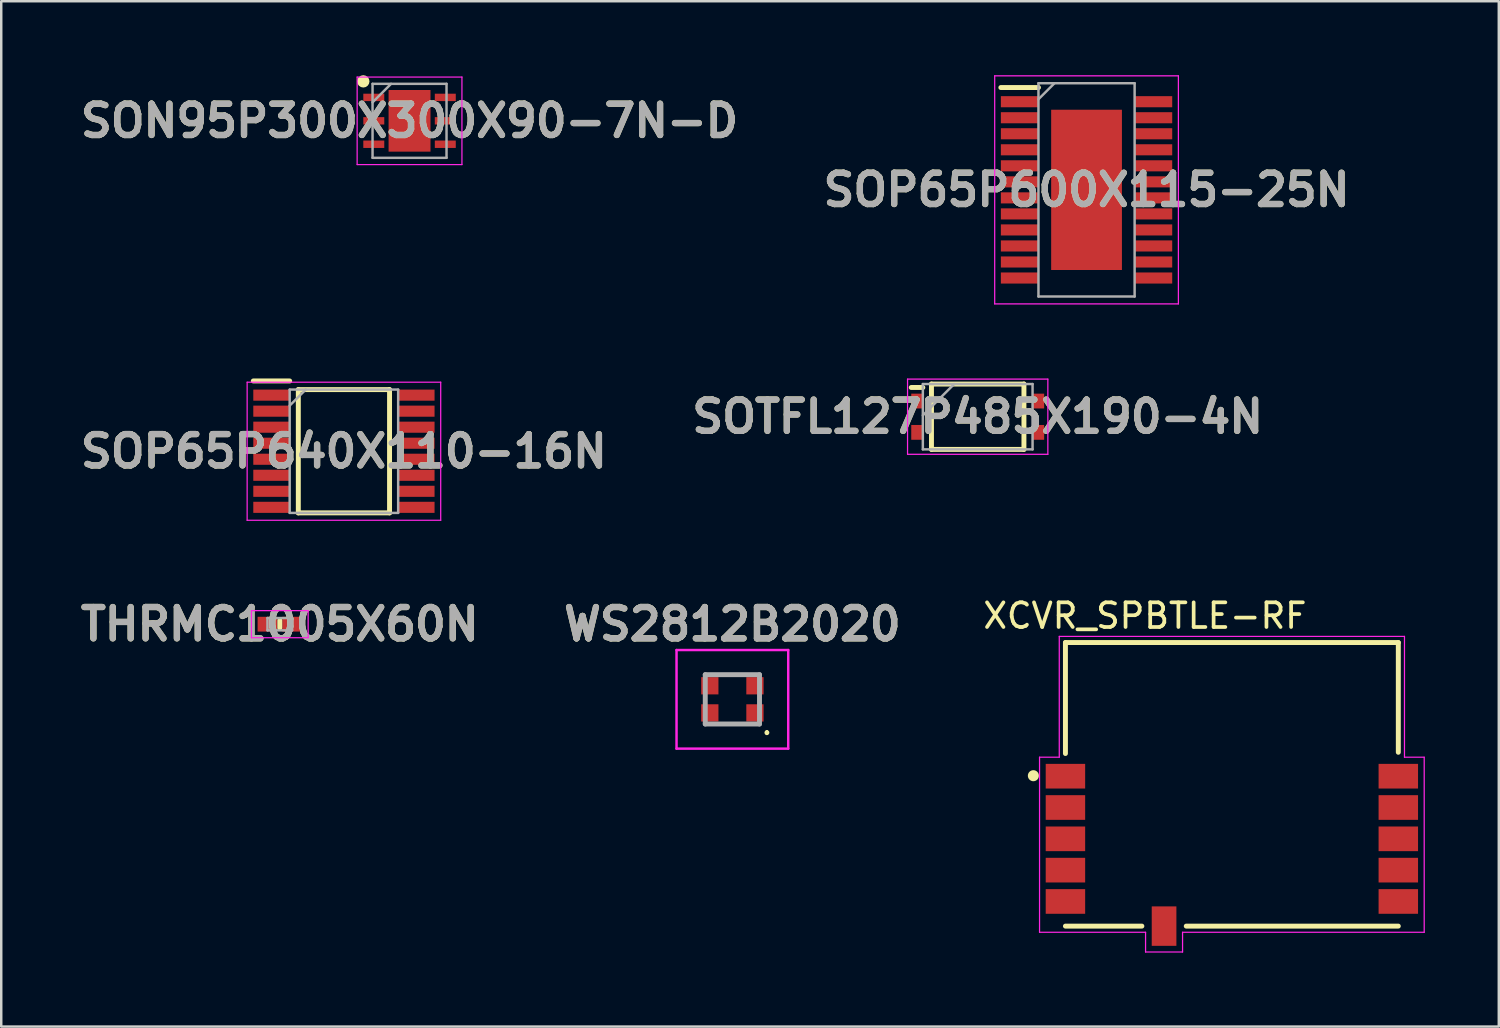
<source format=kicad_pcb>
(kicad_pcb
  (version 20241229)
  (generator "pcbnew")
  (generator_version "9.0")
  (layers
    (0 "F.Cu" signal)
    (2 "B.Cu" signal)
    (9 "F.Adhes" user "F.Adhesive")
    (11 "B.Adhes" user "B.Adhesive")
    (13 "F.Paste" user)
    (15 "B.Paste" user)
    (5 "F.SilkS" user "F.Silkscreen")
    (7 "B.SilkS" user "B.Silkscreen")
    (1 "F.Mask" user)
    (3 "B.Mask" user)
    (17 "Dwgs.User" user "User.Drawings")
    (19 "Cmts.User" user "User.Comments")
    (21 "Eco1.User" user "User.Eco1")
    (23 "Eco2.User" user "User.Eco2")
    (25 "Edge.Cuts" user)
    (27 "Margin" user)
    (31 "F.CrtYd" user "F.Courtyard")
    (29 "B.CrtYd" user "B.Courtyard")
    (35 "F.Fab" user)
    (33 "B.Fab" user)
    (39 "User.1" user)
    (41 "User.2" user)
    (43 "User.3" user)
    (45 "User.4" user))
  (footprint "WS2812B2020"
    (layer "F.Cu")
    (at 26.652 25.312)
    (property "Reference" "WS2812B2020" (at 0 -3.048 0) (layer "F.SilkS") (effects (font (size 1.27 1.27) (thickness 0.254))))
    (attr smd)
    (fp_line (start 1.4 1.3) (end 1.4 1.3) (stroke (width 0.1) (type solid)) (layer "F.SilkS"))
    (fp_line (start 1.4 1.4) (end 1.4 1.4) (stroke (width 0.1) (type solid)) (layer "F.SilkS"))
    (fp_arc (start 1.4 1.3) (mid 1.45 1.35) (end 1.4 1.4) (stroke (width 0.1) (type solid)) (layer "F.SilkS"))
    (fp_arc (start 1.4 1.4) (mid 1.35 1.35) (end 1.4 1.3) (stroke (width 0.1) (type solid)) (layer "F.SilkS"))
    (fp_line (start -2.265 -2) (end 2.265 -2) (stroke (width 0.1) (type solid)) (layer "F.CrtYd"))
    (fp_line (start -2.265 2) (end -2.265 -2) (stroke (width 0.1) (type solid)) (layer "F.CrtYd"))
    (fp_line (start 2.265 -2) (end 2.265 2) (stroke (width 0.1) (type solid)) (layer "F.CrtYd"))
    (fp_line (start 2.265 2) (end -2.265 2) (stroke (width 0.1) (type solid)) (layer "F.CrtYd"))
    (fp_line (start -1.1 -1) (end 1.1 -1) (stroke (width 0.2) (type solid)) (layer "F.Fab"))
    (fp_line (start -1.1 1) (end -1.1 -1) (stroke (width 0.2) (type solid)) (layer "F.Fab"))
    (fp_line (start 1.1 -1) (end 1.1 1) (stroke (width 0.2) (type solid)) (layer "F.Fab"))
    (fp_line (start 1.1 1) (end -1.1 1) (stroke (width 0.2) (type solid)) (layer "F.Fab"))
    (fp_text user "${REFERENCE}" (at 0 -3.048 0) (layer "F.Fab") (effects (font (size 1.27 1.27) (thickness 0.254))))
    (pad "1" smd rect (at 0.915 0.55 90) (size 0.7 0.7) (layers "F.Cu" "F.Mask" "F.Paste"))
    (pad "2" smd rect (at 0.915 -0.55 90) (size 0.7 0.7) (layers "F.Cu" "F.Mask" "F.Paste"))
    (pad "3" smd rect (at -0.915 -0.55 90) (size 0.7 0.7) (layers "F.Cu" "F.Mask" "F.Paste"))
    (pad "4" smd rect (at -0.915 0.55 90) (size 0.7 0.7) (layers "F.Cu" "F.Mask" "F.Paste")))
  (footprint "SON95P300X300X90-7N-D"
    (layer "F.Cu")
    (at 13.559 1.85)
    (property "Reference" "SON95P300X300X90-7N-D" (at 0 0 0) (layer "F.SilkS") (effects (font (size 1.27 1.27) (thickness 0.254))))
    (attr smd)
    (fp_circle (center -1.875 -1.6) (end -1.875 -1.475) (stroke (width 0.25) (type solid)) (fill no) (layer "F.SilkS"))
    (fp_line (start -2.125 -1.775) (end 2.125 -1.775) (stroke (width 0.05) (type solid)) (layer "F.CrtYd"))
    (fp_line (start -2.125 1.775) (end -2.125 -1.775) (stroke (width 0.05) (type solid)) (layer "F.CrtYd"))
    (fp_line (start 2.125 -1.775) (end 2.125 1.775) (stroke (width 0.05) (type solid)) (layer "F.CrtYd"))
    (fp_line (start 2.125 1.775) (end -2.125 1.775) (stroke (width 0.05) (type solid)) (layer "F.CrtYd"))
    (fp_line (start -1.5 -1.5) (end 1.5 -1.5) (stroke (width 0.1) (type solid)) (layer "F.Fab"))
    (fp_line (start -1.5 -0.75) (end -0.75 -1.5) (stroke (width 0.1) (type solid)) (layer "F.Fab"))
    (fp_line (start -1.5 1.5) (end -1.5 -1.5) (stroke (width 0.1) (type solid)) (layer "F.Fab"))
    (fp_line (start 1.5 -1.5) (end 1.5 1.5) (stroke (width 0.1) (type solid)) (layer "F.Fab"))
    (fp_line (start 1.5 1.5) (end -1.5 1.5) (stroke (width 0.1) (type solid)) (layer "F.Fab"))
    (fp_text user "${REFERENCE}" (at 0 0 0) (layer "F.Fab") (effects (font (size 1.27 1.27) (thickness 0.254))))
    (pad "1" smd rect (at -1.45 -0.95 90) (size 0.3 0.85) (layers "F.Cu" "F.Mask" "F.Paste"))
    (pad "2" smd rect (at -1.45 0 90) (size 0.3 0.85) (layers "F.Cu" "F.Mask" "F.Paste"))
    (pad "3" smd rect (at -1.45 0.95 90) (size 0.3 0.85) (layers "F.Cu" "F.Mask" "F.Paste"))
    (pad "4" smd rect (at 1.45 0.95 90) (size 0.3 0.85) (layers "F.Cu" "F.Mask" "F.Paste"))
    (pad "5" smd rect (at 1.45 0 90) (size 0.3 0.85) (layers "F.Cu" "F.Mask" "F.Paste"))
    (pad "6" smd rect (at 1.45 -0.95 90) (size 0.3 0.85) (layers "F.Cu" "F.Mask" "F.Paste"))
    (pad "7" smd rect (at 0 0) (size 1.7 2.5) (layers "F.Cu" "F.Mask" "F.Paste")))
  (footprint "SOP65P640X110-16N"
    (layer "F.Cu")
    (at 10.898 15.25)
    (property "Reference" "SOP65P640X110-16N" (at 0 0 0) (layer "F.SilkS") (effects (font (size 1.27 1.27) (thickness 0.254))))
    (attr smd)
    (fp_line (start -3.675 -2.85) (end -2.2 -2.85) (stroke (width 0.2) (type solid)) (layer "F.SilkS"))
    (fp_line (start -1.85 -2.5) (end 1.85 -2.5) (stroke (width 0.2) (type solid)) (layer "F.SilkS"))
    (fp_line (start -1.85 2.5) (end -1.85 -2.5) (stroke (width 0.2) (type solid)) (layer "F.SilkS"))
    (fp_line (start 1.85 -2.5) (end 1.85 2.5) (stroke (width 0.2) (type solid)) (layer "F.SilkS"))
    (fp_line (start 1.85 2.5) (end -1.85 2.5) (stroke (width 0.2) (type solid)) (layer "F.SilkS"))
    (fp_line (start -3.925 -2.8) (end 3.925 -2.8) (stroke (width 0.05) (type solid)) (layer "F.CrtYd"))
    (fp_line (start -3.925 2.8) (end -3.925 -2.8) (stroke (width 0.05) (type solid)) (layer "F.CrtYd"))
    (fp_line (start 3.925 -2.8) (end 3.925 2.8) (stroke (width 0.05) (type solid)) (layer "F.CrtYd"))
    (fp_line (start 3.925 2.8) (end -3.925 2.8) (stroke (width 0.05) (type solid)) (layer "F.CrtYd"))
    (fp_line (start -2.2 -2.5) (end 2.2 -2.5) (stroke (width 0.1) (type solid)) (layer "F.Fab"))
    (fp_line (start -2.2 -1.85) (end -1.55 -2.5) (stroke (width 0.1) (type solid)) (layer "F.Fab"))
    (fp_line (start -2.2 2.5) (end -2.2 -2.5) (stroke (width 0.1) (type solid)) (layer "F.Fab"))
    (fp_line (start 2.2 -2.5) (end 2.2 2.5) (stroke (width 0.1) (type solid)) (layer "F.Fab"))
    (fp_line (start 2.2 2.5) (end -2.2 2.5) (stroke (width 0.1) (type solid)) (layer "F.Fab"))
    (fp_text user "${REFERENCE}" (at 0 0 0) (layer "F.Fab") (effects (font (size 1.27 1.27) (thickness 0.254))))
    (pad "1" smd rect (at -2.938 -2.275 90) (size 0.45 1.475) (layers "F.Cu" "F.Mask" "F.Paste"))
    (pad "2" smd rect (at -2.938 -1.625 90) (size 0.45 1.475) (layers "F.Cu" "F.Mask" "F.Paste"))
    (pad "3" smd rect (at -2.938 -0.975 90) (size 0.45 1.475) (layers "F.Cu" "F.Mask" "F.Paste"))
    (pad "4" smd rect (at -2.938 -0.325 90) (size 0.45 1.475) (layers "F.Cu" "F.Mask" "F.Paste"))
    (pad "5" smd rect (at -2.938 0.325 90) (size 0.45 1.475) (layers "F.Cu" "F.Mask" "F.Paste"))
    (pad "6" smd rect (at -2.938 0.975 90) (size 0.45 1.475) (layers "F.Cu" "F.Mask" "F.Paste"))
    (pad "7" smd rect (at -2.938 1.625 90) (size 0.45 1.475) (layers "F.Cu" "F.Mask" "F.Paste"))
    (pad "8" smd rect (at -2.938 2.275 90) (size 0.45 1.475) (layers "F.Cu" "F.Mask" "F.Paste"))
    (pad "9" smd rect (at 2.938 2.275 90) (size 0.45 1.475) (layers "F.Cu" "F.Mask" "F.Paste"))
    (pad "10" smd rect (at 2.938 1.625 90) (size 0.45 1.475) (layers "F.Cu" "F.Mask" "F.Paste"))
    (pad "11" smd rect (at 2.938 0.975 90) (size 0.45 1.475) (layers "F.Cu" "F.Mask" "F.Paste"))
    (pad "12" smd rect (at 2.938 0.325 90) (size 0.45 1.475) (layers "F.Cu" "F.Mask" "F.Paste"))
    (pad "13" smd rect (at 2.938 -0.325 90) (size 0.45 1.475) (layers "F.Cu" "F.Mask" "F.Paste"))
    (pad "14" smd rect (at 2.938 -0.975 90) (size 0.45 1.475) (layers "F.Cu" "F.Mask" "F.Paste"))
    (pad "15" smd rect (at 2.938 -1.625 90) (size 0.45 1.475) (layers "F.Cu" "F.Mask" "F.Paste"))
    (pad "16" smd rect (at 2.938 -2.275 90) (size 0.45 1.475) (layers "F.Cu" "F.Mask" "F.Paste")))
  (footprint "XCVR_SPBTLE-RF"
    (layer "F.Cu")
    (at 46.909 28.759)
    (property "Reference" "XCVR_SPBTLE-RF" (at -3.526 -6.836 0) (layer "F.SilkS") (effects (font (size 1 1) (thickness 0.15))))
    (attr smd)
    (fp_line (start -6.75 -5.75) (end 6.75 -5.75) (stroke (width 0.2) (type solid)) (layer "F.SilkS"))
    (fp_line (start -6.75 -1.25) (end -6.75 -5.75) (stroke (width 0.2) (type solid)) (layer "F.SilkS"))
    (fp_line (start -3.65 5.75) (end -6.75 5.75) (stroke (width 0.2) (type solid)) (layer "F.SilkS"))
    (fp_line (start 6.75 -5.75) (end 6.75 -1.3) (stroke (width 0.2) (type solid)) (layer "F.SilkS"))
    (fp_line (start 6.75 5.75) (end -1.85 5.75) (stroke (width 0.2) (type solid)) (layer "F.SilkS"))
    (fp_circle (center -8.05 -0.35) (end -7.826 -0.35) (stroke (width 0) (type solid)) (fill yes) (layer "F.SilkS"))
    (fp_line (start -7.8 -1.1) (end -7 -1.1) (stroke (width 0.05) (type solid)) (layer "F.CrtYd"))
    (fp_line (start -7.8 6) (end -7.8 -1.1) (stroke (width 0.05) (type solid)) (layer "F.CrtYd"))
    (fp_line (start -7 -6) (end 7 -6) (stroke (width 0.05) (type solid)) (layer "F.CrtYd"))
    (fp_line (start -7 -1.1) (end -7 -6) (stroke (width 0.05) (type solid)) (layer "F.CrtYd"))
    (fp_line (start -3.5 6) (end -7.8 6) (stroke (width 0.05) (type solid)) (layer "F.CrtYd"))
    (fp_line (start -3.5 6.8) (end -3.5 6) (stroke (width 0.05) (type solid)) (layer "F.CrtYd"))
    (fp_line (start -2 6) (end -2 6.8) (stroke (width 0.05) (type solid)) (layer "F.CrtYd"))
    (fp_line (start -2 6.8) (end -3.5 6.8) (stroke (width 0.05) (type solid)) (layer "F.CrtYd"))
    (fp_line (start 7 -6) (end 7 -1.1) (stroke (width 0.05) (type solid)) (layer "F.CrtYd"))
    (fp_line (start 7 -1.1) (end 7.8 -1.1) (stroke (width 0.05) (type solid)) (layer "F.CrtYd"))
    (fp_line (start 7.8 -1.1) (end 7.8 6) (stroke (width 0.05) (type solid)) (layer "F.CrtYd"))
    (fp_line (start 7.8 6) (end -2 6) (stroke (width 0.05) (type solid)) (layer "F.CrtYd"))
    (pad "1" smd rect (at -6.75 -0.33) (size 1.6 1) (layers "F.Cu" "F.Mask" "F.Paste"))
    (pad "2" smd rect (at -6.75 0.94) (size 1.6 1) (layers "F.Cu" "F.Mask" "F.Paste"))
    (pad "3" smd rect (at -6.75 2.21) (size 1.6 1) (layers "F.Cu" "F.Mask" "F.Paste"))
    (pad "4" smd rect (at -6.75 3.48) (size 1.6 1) (layers "F.Cu" "F.Mask" "F.Paste"))
    (pad "5" smd rect (at -6.75 4.75) (size 1.6 1) (layers "F.Cu" "F.Mask" "F.Paste"))
    (pad "6" smd rect (at -2.75 5.75 90) (size 1.6 1) (layers "F.Cu" "F.Mask" "F.Paste"))
    (pad "7" smd rect (at 6.75 4.75) (size 1.6 1) (layers "F.Cu" "F.Mask" "F.Paste"))
    (pad "8" smd rect (at 6.75 3.48) (size 1.6 1) (layers "F.Cu" "F.Mask" "F.Paste"))
    (pad "9" smd rect (at 6.75 2.21) (size 1.6 1) (layers "F.Cu" "F.Mask" "F.Paste"))
    (pad "10" smd rect (at 6.75 0.94) (size 1.6 1) (layers "F.Cu" "F.Mask" "F.Paste"))
    (pad "11" smd rect (at 6.75 -0.33) (size 1.6 1) (layers "F.Cu" "F.Mask" "F.Paste")))
  (footprint "SOP65P600X115-25N"
    (layer "F.Cu")
    (at 41.015 4.65)
    (property "Reference" "SOP65P600X115-25N" (at 0 0 0) (layer "F.SilkS") (effects (font (size 1.27 1.27) (thickness 0.254))))
    (attr smd)
    (fp_line (start -3.475 -4.15) (end -1.95 -4.15) (stroke (width 0.2) (type solid)) (layer "F.SilkS"))
    (fp_line (start -3.725 -4.625) (end 3.725 -4.625) (stroke (width 0.05) (type solid)) (layer "F.CrtYd"))
    (fp_line (start -3.725 4.625) (end -3.725 -4.625) (stroke (width 0.05) (type solid)) (layer "F.CrtYd"))
    (fp_line (start 3.725 -4.625) (end 3.725 4.625) (stroke (width 0.05) (type solid)) (layer "F.CrtYd"))
    (fp_line (start 3.725 4.625) (end -3.725 4.625) (stroke (width 0.05) (type solid)) (layer "F.CrtYd"))
    (fp_line (start -1.95 -4.325) (end 1.95 -4.325) (stroke (width 0.1) (type solid)) (layer "F.Fab"))
    (fp_line (start -1.95 -3.675) (end -1.3 -4.325) (stroke (width 0.1) (type solid)) (layer "F.Fab"))
    (fp_line (start -1.95 4.325) (end -1.95 -4.325) (stroke (width 0.1) (type solid)) (layer "F.Fab"))
    (fp_line (start 1.95 -4.325) (end 1.95 4.325) (stroke (width 0.1) (type solid)) (layer "F.Fab"))
    (fp_line (start 1.95 4.325) (end -1.95 4.325) (stroke (width 0.1) (type solid)) (layer "F.Fab"))
    (fp_text user "${REFERENCE}" (at 0 0 0) (layer "F.Fab") (effects (font (size 1.27 1.27) (thickness 0.254))))
    (pad "1" smd rect (at -2.712 -3.575 90) (size 0.45 1.525) (layers "F.Cu" "F.Mask" "F.Paste"))
    (pad "2" smd rect (at -2.712 -2.925 90) (size 0.45 1.525) (layers "F.Cu" "F.Mask" "F.Paste"))
    (pad "3" smd rect (at -2.712 -2.275 90) (size 0.45 1.525) (layers "F.Cu" "F.Mask" "F.Paste"))
    (pad "4" smd rect (at -2.712 -1.625 90) (size 0.45 1.525) (layers "F.Cu" "F.Mask" "F.Paste"))
    (pad "5" smd rect (at -2.712 -0.975 90) (size 0.45 1.525) (layers "F.Cu" "F.Mask" "F.Paste"))
    (pad "6" smd rect (at -2.712 -0.325 90) (size 0.45 1.525) (layers "F.Cu" "F.Mask" "F.Paste"))
    (pad "7" smd rect (at -2.712 0.325 90) (size 0.45 1.525) (layers "F.Cu" "F.Mask" "F.Paste"))
    (pad "8" smd rect (at -2.712 0.975 90) (size 0.45 1.525) (layers "F.Cu" "F.Mask" "F.Paste"))
    (pad "9" smd rect (at -2.712 1.625 90) (size 0.45 1.525) (layers "F.Cu" "F.Mask" "F.Paste"))
    (pad "10" smd rect (at -2.712 2.275 90) (size 0.45 1.525) (layers "F.Cu" "F.Mask" "F.Paste"))
    (pad "11" smd rect (at -2.712 2.925 90) (size 0.45 1.525) (layers "F.Cu" "F.Mask" "F.Paste"))
    (pad "12" smd rect (at -2.712 3.575 90) (size 0.45 1.525) (layers "F.Cu" "F.Mask" "F.Paste"))
    (pad "13" smd rect (at 2.712 3.575 90) (size 0.45 1.525) (layers "F.Cu" "F.Mask" "F.Paste"))
    (pad "14" smd rect (at 2.712 2.925 90) (size 0.45 1.525) (layers "F.Cu" "F.Mask" "F.Paste"))
    (pad "15" smd rect (at 2.712 2.275 90) (size 0.45 1.525) (layers "F.Cu" "F.Mask" "F.Paste"))
    (pad "16" smd rect (at 2.712 1.625 90) (size 0.45 1.525) (layers "F.Cu" "F.Mask" "F.Paste"))
    (pad "17" smd rect (at 2.712 0.975 90) (size 0.45 1.525) (layers "F.Cu" "F.Mask" "F.Paste"))
    (pad "18" smd rect (at 2.712 0.325 90) (size 0.45 1.525) (layers "F.Cu" "F.Mask" "F.Paste"))
    (pad "19" smd rect (at 2.712 -0.325 90) (size 0.45 1.525) (layers "F.Cu" "F.Mask" "F.Paste"))
    (pad "20" smd rect (at 2.712 -0.975 90) (size 0.45 1.525) (layers "F.Cu" "F.Mask" "F.Paste"))
    (pad "21" smd rect (at 2.712 -1.625 90) (size 0.45 1.525) (layers "F.Cu" "F.Mask" "F.Paste"))
    (pad "22" smd rect (at 2.712 -2.275 90) (size 0.45 1.525) (layers "F.Cu" "F.Mask" "F.Paste"))
    (pad "23" smd rect (at 2.712 -2.925 90) (size 0.45 1.525) (layers "F.Cu" "F.Mask" "F.Paste"))
    (pad "24" smd rect (at 2.712 -3.575 90) (size 0.45 1.525) (layers "F.Cu" "F.Mask" "F.Paste"))
    (pad "25" smd rect (at 0 0) (size 2.87 6.5) (layers "F.Cu" "F.Mask" "F.Paste")))
  (footprint "THRMC1005X60N"
    (layer "F.Cu")
    (at 8.297 22.264)
    (property "Reference" "THRMC1005X60N" (at 0 0 0) (layer "F.SilkS") (effects (font (size 1.27 1.27) (thickness 0.254))))
    (attr smd)
    (fp_line (start 0 -0.15) (end 0 0.15) (stroke (width 0.2) (type solid)) (layer "F.SilkS"))
    (fp_line (start -1.15 -0.55) (end 1.15 -0.55) (stroke (width 0.05) (type solid)) (layer "F.CrtYd"))
    (fp_line (start -1.15 0.55) (end -1.15 -0.55) (stroke (width 0.05) (type solid)) (layer "F.CrtYd"))
    (fp_line (start 1.15 -0.55) (end 1.15 0.55) (stroke (width 0.05) (type solid)) (layer "F.CrtYd"))
    (fp_line (start 1.15 0.55) (end -1.15 0.55) (stroke (width 0.05) (type solid)) (layer "F.CrtYd"))
    (fp_line (start -0.5 -0.25) (end 0.5 -0.25) (stroke (width 0.1) (type solid)) (layer "F.Fab"))
    (fp_line (start -0.5 0.25) (end -0.5 -0.25) (stroke (width 0.1) (type solid)) (layer "F.Fab"))
    (fp_line (start 0.5 -0.25) (end 0.5 0.25) (stroke (width 0.1) (type solid)) (layer "F.Fab"))
    (fp_line (start 0.5 0.25) (end -0.5 0.25) (stroke (width 0.1) (type solid)) (layer "F.Fab"))
    (fp_text user "${REFERENCE}" (at 0 0 0) (layer "F.Fab") (effects (font (size 1.27 1.27) (thickness 0.254))))
    (pad "1" smd rect (at -0.5 0 90) (size 0.6 0.8) (layers "F.Cu" "F.Mask" "F.Paste"))
    (pad "2" smd rect (at 0.5 0 90) (size 0.6 0.8) (layers "F.Cu" "F.Mask" "F.Paste")))
  (footprint "SOTFL127P485X190-4N"
    (layer "F.Cu")
    (at 36.601 13.85)
    (property "Reference" "SOTFL127P485X190-4N" (at 0 0 0) (layer "F.SilkS") (effects (font (size 1.27 1.27) (thickness 0.254))))
    (attr smd)
    (fp_line (start -2.695 -1.185) (end -2.225 -1.185) (stroke (width 0.2) (type solid)) (layer "F.SilkS"))
    (fp_line (start -1.875 -1.325) (end 1.875 -1.325) (stroke (width 0.2) (type solid)) (layer "F.SilkS"))
    (fp_line (start -1.875 1.325) (end -1.875 -1.325) (stroke (width 0.2) (type solid)) (layer "F.SilkS"))
    (fp_line (start 1.875 -1.325) (end 1.875 1.325) (stroke (width 0.2) (type solid)) (layer "F.SilkS"))
    (fp_line (start 1.875 1.325) (end -1.875 1.325) (stroke (width 0.2) (type solid)) (layer "F.SilkS"))
    (fp_line (start -2.845 -1.525) (end 2.845 -1.525) (stroke (width 0.05) (type solid)) (layer "F.CrtYd"))
    (fp_line (start -2.845 1.525) (end -2.845 -1.525) (stroke (width 0.05) (type solid)) (layer "F.CrtYd"))
    (fp_line (start 2.845 -1.525) (end 2.845 1.525) (stroke (width 0.05) (type solid)) (layer "F.CrtYd"))
    (fp_line (start 2.845 1.525) (end -2.845 1.525) (stroke (width 0.05) (type solid)) (layer "F.CrtYd"))
    (fp_line (start -2.225 -1.325) (end 2.225 -1.325) (stroke (width 0.1) (type solid)) (layer "F.Fab"))
    (fp_line (start -2.225 -0.055) (end -0.955 -1.325) (stroke (width 0.1) (type solid)) (layer "F.Fab"))
    (fp_line (start -2.225 1.325) (end -2.225 -1.325) (stroke (width 0.1) (type solid)) (layer "F.Fab"))
    (fp_line (start 2.225 -1.325) (end 2.225 1.325) (stroke (width 0.1) (type solid)) (layer "F.Fab"))
    (fp_line (start 2.225 1.325) (end -2.225 1.325) (stroke (width 0.1) (type solid)) (layer "F.Fab"))
    (fp_text user "${REFERENCE}" (at 0 0 0) (layer "F.Fab") (effects (font (size 1.27 1.27) (thickness 0.254))))
    (pad "1" smd rect (at -2.46 -0.635) (size 0.47 0.6) (layers "F.Cu" "F.Mask" "F.Paste"))
    (pad "2" smd rect (at -2.46 0.635) (size 0.47 0.6) (layers "F.Cu" "F.Mask" "F.Paste"))
    (pad "3" smd rect (at 2.46 0.635) (size 0.47 0.6) (layers "F.Cu" "F.Mask" "F.Paste"))
    (pad "4" smd rect (at 2.46 -0.635) (size 0.47 0.6) (layers "F.Cu" "F.Mask" "F.Paste")))
  (gr_rect
    (start -3 -3)
    (end 57.734 38.584)
    (stroke (width 0.1) (type default))
    (fill no)
    (layer "Edge.Cuts")))
</source>
